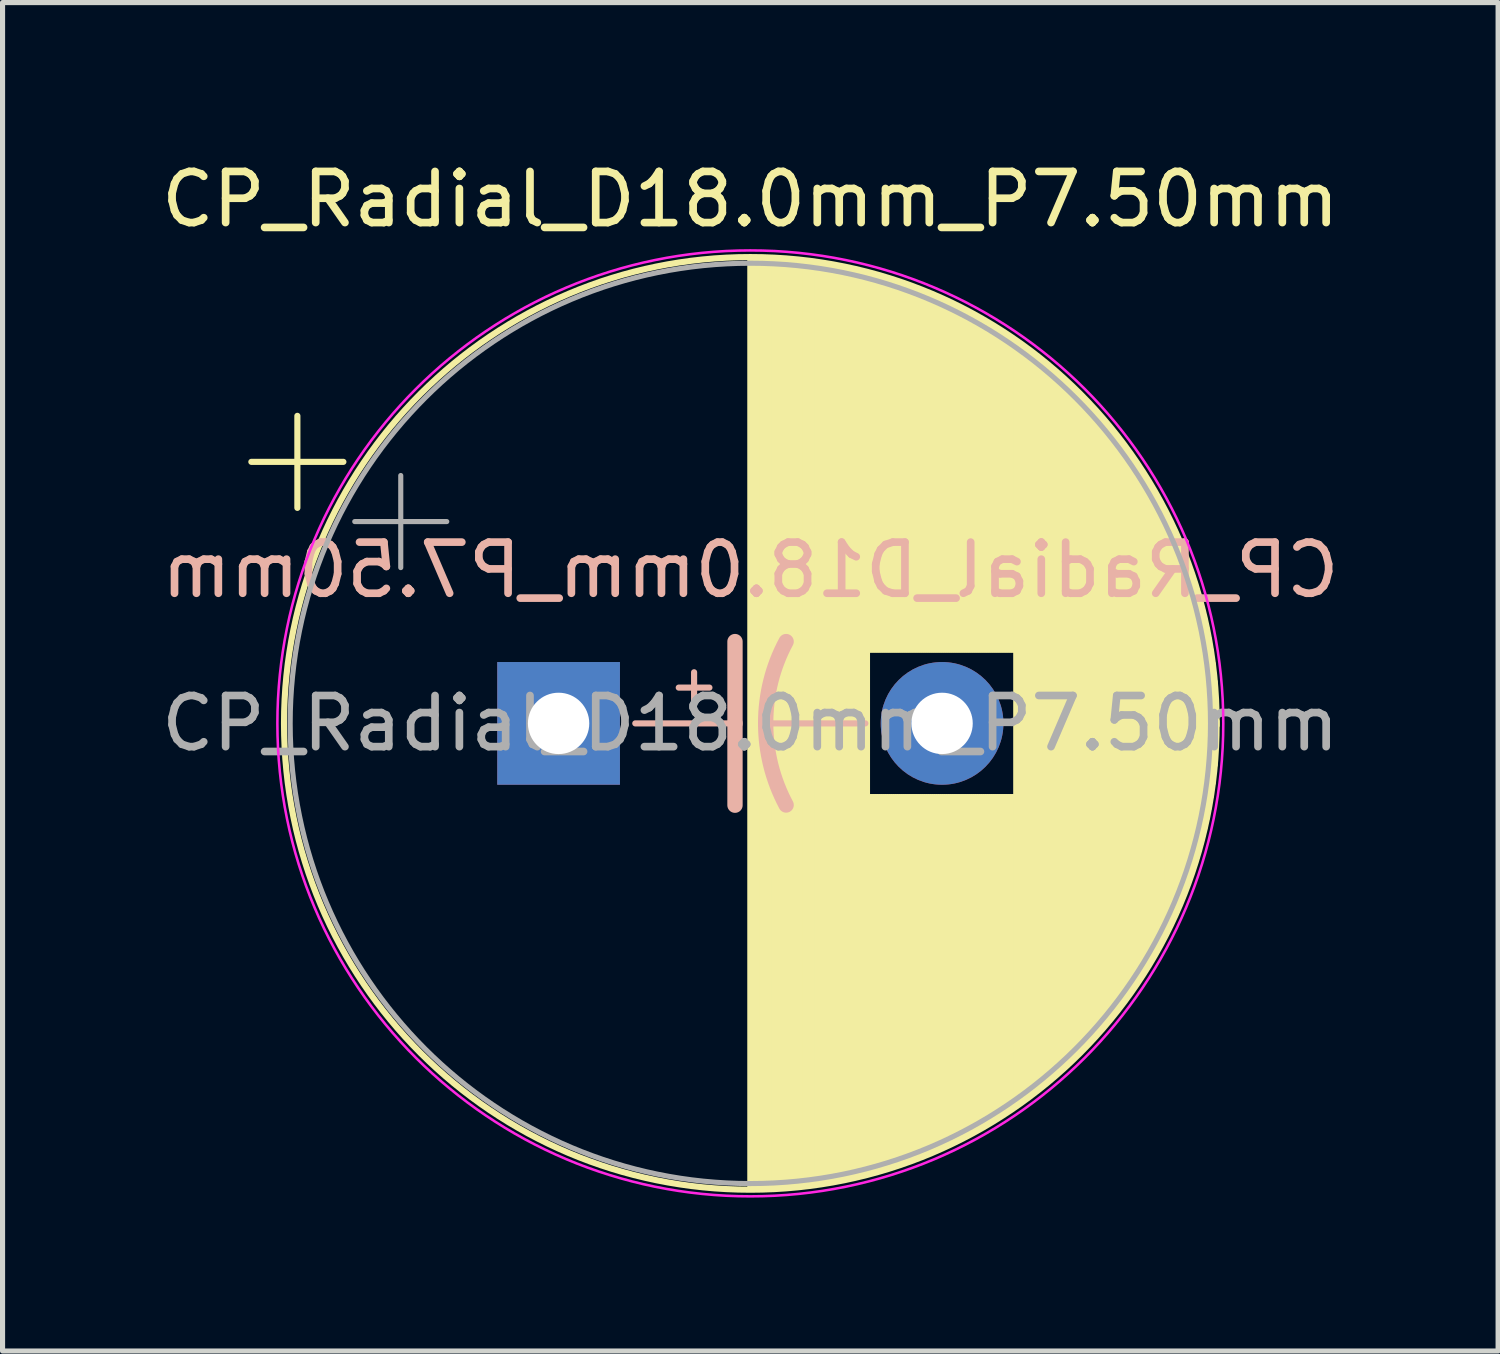
<source format=kicad_pcb>
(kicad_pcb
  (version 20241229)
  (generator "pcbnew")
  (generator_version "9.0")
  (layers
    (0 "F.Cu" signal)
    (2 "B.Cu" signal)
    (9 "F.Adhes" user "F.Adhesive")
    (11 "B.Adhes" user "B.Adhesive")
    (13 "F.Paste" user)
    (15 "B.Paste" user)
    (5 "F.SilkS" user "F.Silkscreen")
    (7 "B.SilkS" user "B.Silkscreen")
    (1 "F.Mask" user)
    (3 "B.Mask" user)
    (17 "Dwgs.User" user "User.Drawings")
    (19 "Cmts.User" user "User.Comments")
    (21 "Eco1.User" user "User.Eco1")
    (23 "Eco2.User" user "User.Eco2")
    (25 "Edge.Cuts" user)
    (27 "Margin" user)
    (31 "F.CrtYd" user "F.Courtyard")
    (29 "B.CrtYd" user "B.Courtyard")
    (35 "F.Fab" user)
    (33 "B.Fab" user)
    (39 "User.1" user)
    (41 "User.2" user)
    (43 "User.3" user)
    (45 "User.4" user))
  (footprint "CP_Radial_D18.0mm_P7.50mm"
    (layer "F.Cu")
    (at 7.875 11.098)
    (property "Reference" "CP_Radial_D18.0mm_P7.50mm" (at 3.75 -10.25 0) (layer "F.SilkS") (effects (font (size 1 1) (thickness 0.15))))
    (fp_line (start -6.009 -5.115) (end -4.209 -5.115) (stroke (width 0.12) (type solid)) (layer "F.SilkS"))
    (fp_line (start -5.109 -6.015) (end -5.109 -4.215) (stroke (width 0.12) (type solid)) (layer "F.SilkS"))
    (fp_line (start 3.75 -9.081) (end 3.75 9.081) (stroke (width 0.12) (type solid)) (layer "F.SilkS"))
    (fp_line (start 3.79 -9.08) (end 3.79 9.08) (stroke (width 0.12) (type solid)) (layer "F.SilkS"))
    (fp_line (start 3.83 -9.08) (end 3.83 9.08) (stroke (width 0.12) (type solid)) (layer "F.SilkS"))
    (fp_line (start 3.87 -9.08) (end 3.87 9.08) (stroke (width 0.12) (type solid)) (layer "F.SilkS"))
    (fp_line (start 3.91 -9.079) (end 3.91 9.079) (stroke (width 0.12) (type solid)) (layer "F.SilkS"))
    (fp_line (start 3.95 -9.078) (end 3.95 9.078) (stroke (width 0.12) (type solid)) (layer "F.SilkS"))
    (fp_line (start 3.99 -9.077) (end 3.99 9.077) (stroke (width 0.12) (type solid)) (layer "F.SilkS"))
    (fp_line (start 4.03 -9.076) (end 4.03 9.076) (stroke (width 0.12) (type solid)) (layer "F.SilkS"))
    (fp_line (start 4.07 -9.075) (end 4.07 9.075) (stroke (width 0.12) (type solid)) (layer "F.SilkS"))
    (fp_line (start 4.11 -9.073) (end 4.11 9.073) (stroke (width 0.12) (type solid)) (layer "F.SilkS"))
    (fp_line (start 4.15 -9.072) (end 4.15 9.072) (stroke (width 0.12) (type solid)) (layer "F.SilkS"))
    (fp_line (start 4.19 -9.07) (end 4.19 9.07) (stroke (width 0.12) (type solid)) (layer "F.SilkS"))
    (fp_line (start 4.23 -9.068) (end 4.23 9.068) (stroke (width 0.12) (type solid)) (layer "F.SilkS"))
    (fp_line (start 4.27 -9.066) (end 4.27 9.066) (stroke (width 0.12) (type solid)) (layer "F.SilkS"))
    (fp_line (start 4.31 -9.063) (end 4.31 9.063) (stroke (width 0.12) (type solid)) (layer "F.SilkS"))
    (fp_line (start 4.35 -9.061) (end 4.35 9.061) (stroke (width 0.12) (type solid)) (layer "F.SilkS"))
    (fp_line (start 4.39 -9.058) (end 4.39 9.058) (stroke (width 0.12) (type solid)) (layer "F.SilkS"))
    (fp_line (start 4.43 -9.055) (end 4.43 9.055) (stroke (width 0.12) (type solid)) (layer "F.SilkS"))
    (fp_line (start 4.471 -9.052) (end 4.471 9.052) (stroke (width 0.12) (type solid)) (layer "F.SilkS"))
    (fp_line (start 4.511 -9.049) (end 4.511 9.049) (stroke (width 0.12) (type solid)) (layer "F.SilkS"))
    (fp_line (start 4.551 -9.045) (end 4.551 9.045) (stroke (width 0.12) (type solid)) (layer "F.SilkS"))
    (fp_line (start 4.591 -9.042) (end 4.591 9.042) (stroke (width 0.12) (type solid)) (layer "F.SilkS"))
    (fp_line (start 4.631 -9.038) (end 4.631 9.038) (stroke (width 0.12) (type solid)) (layer "F.SilkS"))
    (fp_line (start 4.671 -9.034) (end 4.671 9.034) (stroke (width 0.12) (type solid)) (layer "F.SilkS"))
    (fp_line (start 4.711 -9.03) (end 4.711 9.03) (stroke (width 0.12) (type solid)) (layer "F.SilkS"))
    (fp_line (start 4.751 -9.026) (end 4.751 9.026) (stroke (width 0.12) (type solid)) (layer "F.SilkS"))
    (fp_line (start 4.791 -9.021) (end 4.791 9.021) (stroke (width 0.12) (type solid)) (layer "F.SilkS"))
    (fp_line (start 4.831 -9.016) (end 4.831 9.016) (stroke (width 0.12) (type solid)) (layer "F.SilkS"))
    (fp_line (start 4.871 -9.011) (end 4.871 9.011) (stroke (width 0.12) (type solid)) (layer "F.SilkS"))
    (fp_line (start 4.911 -9.006) (end 4.911 9.006) (stroke (width 0.12) (type solid)) (layer "F.SilkS"))
    (fp_line (start 4.951 -9.001) (end 4.951 9.001) (stroke (width 0.12) (type solid)) (layer "F.SilkS"))
    (fp_line (start 4.991 -8.996) (end 4.991 8.996) (stroke (width 0.12) (type solid)) (layer "F.SilkS"))
    (fp_line (start 5.031 -8.99) (end 5.031 8.99) (stroke (width 0.12) (type solid)) (layer "F.SilkS"))
    (fp_line (start 5.071 -8.984) (end 5.071 8.984) (stroke (width 0.12) (type solid)) (layer "F.SilkS"))
    (fp_line (start 5.111 -8.979) (end 5.111 8.979) (stroke (width 0.12) (type solid)) (layer "F.SilkS"))
    (fp_line (start 5.151 -8.972) (end 5.151 8.972) (stroke (width 0.12) (type solid)) (layer "F.SilkS"))
    (fp_line (start 5.191 -8.966) (end 5.191 8.966) (stroke (width 0.12) (type solid)) (layer "F.SilkS"))
    (fp_line (start 5.231 -8.96) (end 5.231 8.96) (stroke (width 0.12) (type solid)) (layer "F.SilkS"))
    (fp_line (start 5.271 -8.953) (end 5.271 8.953) (stroke (width 0.12) (type solid)) (layer "F.SilkS"))
    (fp_line (start 5.311 -8.946) (end 5.311 8.946) (stroke (width 0.12) (type solid)) (layer "F.SilkS"))
    (fp_line (start 5.351 -8.939) (end 5.351 8.939) (stroke (width 0.12) (type solid)) (layer "F.SilkS"))
    (fp_line (start 5.391 -8.932) (end 5.391 8.932) (stroke (width 0.12) (type solid)) (layer "F.SilkS"))
    (fp_line (start 5.431 -8.924) (end 5.431 8.924) (stroke (width 0.12) (type solid)) (layer "F.SilkS"))
    (fp_line (start 5.471 -8.917) (end 5.471 8.917) (stroke (width 0.12) (type solid)) (layer "F.SilkS"))
    (fp_line (start 5.511 -8.909) (end 5.511 8.909) (stroke (width 0.12) (type solid)) (layer "F.SilkS"))
    (fp_line (start 5.551 -8.901) (end 5.551 8.901) (stroke (width 0.12) (type solid)) (layer "F.SilkS"))
    (fp_line (start 5.591 -8.893) (end 5.591 8.893) (stroke (width 0.12) (type solid)) (layer "F.SilkS"))
    (fp_line (start 5.631 -8.885) (end 5.631 8.885) (stroke (width 0.12) (type solid)) (layer "F.SilkS"))
    (fp_line (start 5.671 -8.876) (end 5.671 8.876) (stroke (width 0.12) (type solid)) (layer "F.SilkS"))
    (fp_line (start 5.711 -8.867) (end 5.711 8.867) (stroke (width 0.12) (type solid)) (layer "F.SilkS"))
    (fp_line (start 5.751 -8.858) (end 5.751 8.858) (stroke (width 0.12) (type solid)) (layer "F.SilkS"))
    (fp_line (start 5.791 -8.849) (end 5.791 8.849) (stroke (width 0.12) (type solid)) (layer "F.SilkS"))
    (fp_line (start 5.831 -8.84) (end 5.831 8.84) (stroke (width 0.12) (type solid)) (layer "F.SilkS"))
    (fp_line (start 5.871 -8.831) (end 5.871 8.831) (stroke (width 0.12) (type solid)) (layer "F.SilkS"))
    (fp_line (start 5.911 -8.821) (end 5.911 8.821) (stroke (width 0.12) (type solid)) (layer "F.SilkS"))
    (fp_line (start 5.951 -8.811) (end 5.951 8.811) (stroke (width 0.12) (type solid)) (layer "F.SilkS"))
    (fp_line (start 5.991 -8.801) (end 5.991 8.801) (stroke (width 0.12) (type solid)) (layer "F.SilkS"))
    (fp_line (start 6.031 -8.791) (end 6.031 8.791) (stroke (width 0.12) (type solid)) (layer "F.SilkS"))
    (fp_line (start 6.071 -8.78) (end 6.071 -1.44) (stroke (width 0.12) (type solid)) (layer "F.SilkS"))
    (fp_line (start 6.071 1.44) (end 6.071 8.78) (stroke (width 0.12) (type solid)) (layer "F.SilkS"))
    (fp_line (start 6.111 -8.77) (end 6.111 -1.44) (stroke (width 0.12) (type solid)) (layer "F.SilkS"))
    (fp_line (start 6.111 1.44) (end 6.111 8.77) (stroke (width 0.12) (type solid)) (layer "F.SilkS"))
    (fp_line (start 6.151 -8.759) (end 6.151 -1.44) (stroke (width 0.12) (type solid)) (layer "F.SilkS"))
    (fp_line (start 6.151 1.44) (end 6.151 8.759) (stroke (width 0.12) (type solid)) (layer "F.SilkS"))
    (fp_line (start 6.191 -8.748) (end 6.191 -1.44) (stroke (width 0.12) (type solid)) (layer "F.SilkS"))
    (fp_line (start 6.191 1.44) (end 6.191 8.748) (stroke (width 0.12) (type solid)) (layer "F.SilkS"))
    (fp_line (start 6.231 -8.737) (end 6.231 -1.44) (stroke (width 0.12) (type solid)) (layer "F.SilkS"))
    (fp_line (start 6.231 1.44) (end 6.231 8.737) (stroke (width 0.12) (type solid)) (layer "F.SilkS"))
    (fp_line (start 6.271 -8.725) (end 6.271 -1.44) (stroke (width 0.12) (type solid)) (layer "F.SilkS"))
    (fp_line (start 6.271 1.44) (end 6.271 8.725) (stroke (width 0.12) (type solid)) (layer "F.SilkS"))
    (fp_line (start 6.311 -8.714) (end 6.311 -1.44) (stroke (width 0.12) (type solid)) (layer "F.SilkS"))
    (fp_line (start 6.311 1.44) (end 6.311 8.714) (stroke (width 0.12) (type solid)) (layer "F.SilkS"))
    (fp_line (start 6.351 -8.702) (end 6.351 -1.44) (stroke (width 0.12) (type solid)) (layer "F.SilkS"))
    (fp_line (start 6.351 1.44) (end 6.351 8.702) (stroke (width 0.12) (type solid)) (layer "F.SilkS"))
    (fp_line (start 6.391 -8.69) (end 6.391 -1.44) (stroke (width 0.12) (type solid)) (layer "F.SilkS"))
    (fp_line (start 6.391 1.44) (end 6.391 8.69) (stroke (width 0.12) (type solid)) (layer "F.SilkS"))
    (fp_line (start 6.431 -8.678) (end 6.431 -1.44) (stroke (width 0.12) (type solid)) (layer "F.SilkS"))
    (fp_line (start 6.431 1.44) (end 6.431 8.678) (stroke (width 0.12) (type solid)) (layer "F.SilkS"))
    (fp_line (start 6.471 -8.665) (end 6.471 -1.44) (stroke (width 0.12) (type solid)) (layer "F.SilkS"))
    (fp_line (start 6.471 1.44) (end 6.471 8.665) (stroke (width 0.12) (type solid)) (layer "F.SilkS"))
    (fp_line (start 6.511 -8.653) (end 6.511 -1.44) (stroke (width 0.12) (type solid)) (layer "F.SilkS"))
    (fp_line (start 6.511 1.44) (end 6.511 8.653) (stroke (width 0.12) (type solid)) (layer "F.SilkS"))
    (fp_line (start 6.551 -8.64) (end 6.551 -1.44) (stroke (width 0.12) (type solid)) (layer "F.SilkS"))
    (fp_line (start 6.551 1.44) (end 6.551 8.64) (stroke (width 0.12) (type solid)) (layer "F.SilkS"))
    (fp_line (start 6.591 -8.627) (end 6.591 -1.44) (stroke (width 0.12) (type solid)) (layer "F.SilkS"))
    (fp_line (start 6.591 1.44) (end 6.591 8.627) (stroke (width 0.12) (type solid)) (layer "F.SilkS"))
    (fp_line (start 6.631 -8.614) (end 6.631 -1.44) (stroke (width 0.12) (type solid)) (layer "F.SilkS"))
    (fp_line (start 6.631 1.44) (end 6.631 8.614) (stroke (width 0.12) (type solid)) (layer "F.SilkS"))
    (fp_line (start 6.671 -8.6) (end 6.671 -1.44) (stroke (width 0.12) (type solid)) (layer "F.SilkS"))
    (fp_line (start 6.671 1.44) (end 6.671 8.6) (stroke (width 0.12) (type solid)) (layer "F.SilkS"))
    (fp_line (start 6.711 -8.587) (end 6.711 -1.44) (stroke (width 0.12) (type solid)) (layer "F.SilkS"))
    (fp_line (start 6.711 1.44) (end 6.711 8.587) (stroke (width 0.12) (type solid)) (layer "F.SilkS"))
    (fp_line (start 6.751 -8.573) (end 6.751 -1.44) (stroke (width 0.12) (type solid)) (layer "F.SilkS"))
    (fp_line (start 6.751 1.44) (end 6.751 8.573) (stroke (width 0.12) (type solid)) (layer "F.SilkS"))
    (fp_line (start 6.791 -8.559) (end 6.791 -1.44) (stroke (width 0.12) (type solid)) (layer "F.SilkS"))
    (fp_line (start 6.791 1.44) (end 6.791 8.559) (stroke (width 0.12) (type solid)) (layer "F.SilkS"))
    (fp_line (start 6.831 -8.545) (end 6.831 -1.44) (stroke (width 0.12) (type solid)) (layer "F.SilkS"))
    (fp_line (start 6.831 1.44) (end 6.831 8.545) (stroke (width 0.12) (type solid)) (layer "F.SilkS"))
    (fp_line (start 6.871 -8.53) (end 6.871 -1.44) (stroke (width 0.12) (type solid)) (layer "F.SilkS"))
    (fp_line (start 6.871 1.44) (end 6.871 8.53) (stroke (width 0.12) (type solid)) (layer "F.SilkS"))
    (fp_line (start 6.911 -8.516) (end 6.911 -1.44) (stroke (width 0.12) (type solid)) (layer "F.SilkS"))
    (fp_line (start 6.911 1.44) (end 6.911 8.516) (stroke (width 0.12) (type solid)) (layer "F.SilkS"))
    (fp_line (start 6.951 -8.501) (end 6.951 -1.44) (stroke (width 0.12) (type solid)) (layer "F.SilkS"))
    (fp_line (start 6.951 1.44) (end 6.951 8.501) (stroke (width 0.12) (type solid)) (layer "F.SilkS"))
    (fp_line (start 6.991 -8.486) (end 6.991 -1.44) (stroke (width 0.12) (type solid)) (layer "F.SilkS"))
    (fp_line (start 6.991 1.44) (end 6.991 8.486) (stroke (width 0.12) (type solid)) (layer "F.SilkS"))
    (fp_line (start 7.031 -8.47) (end 7.031 -1.44) (stroke (width 0.12) (type solid)) (layer "F.SilkS"))
    (fp_line (start 7.031 1.44) (end 7.031 8.47) (stroke (width 0.12) (type solid)) (layer "F.SilkS"))
    (fp_line (start 7.071 -8.455) (end 7.071 -1.44) (stroke (width 0.12) (type solid)) (layer "F.SilkS"))
    (fp_line (start 7.071 1.44) (end 7.071 8.455) (stroke (width 0.12) (type solid)) (layer "F.SilkS"))
    (fp_line (start 7.111 -8.439) (end 7.111 -1.44) (stroke (width 0.12) (type solid)) (layer "F.SilkS"))
    (fp_line (start 7.111 1.44) (end 7.111 8.439) (stroke (width 0.12) (type solid)) (layer "F.SilkS"))
    (fp_line (start 7.151 -8.423) (end 7.151 -1.44) (stroke (width 0.12) (type solid)) (layer "F.SilkS"))
    (fp_line (start 7.151 1.44) (end 7.151 8.423) (stroke (width 0.12) (type solid)) (layer "F.SilkS"))
    (fp_line (start 7.191 -8.407) (end 7.191 -1.44) (stroke (width 0.12) (type solid)) (layer "F.SilkS"))
    (fp_line (start 7.191 1.44) (end 7.191 8.407) (stroke (width 0.12) (type solid)) (layer "F.SilkS"))
    (fp_line (start 7.231 -8.39) (end 7.231 -1.44) (stroke (width 0.12) (type solid)) (layer "F.SilkS"))
    (fp_line (start 7.231 1.44) (end 7.231 8.39) (stroke (width 0.12) (type solid)) (layer "F.SilkS"))
    (fp_line (start 7.271 -8.374) (end 7.271 -1.44) (stroke (width 0.12) (type solid)) (layer "F.SilkS"))
    (fp_line (start 7.271 1.44) (end 7.271 8.374) (stroke (width 0.12) (type solid)) (layer "F.SilkS"))
    (fp_line (start 7.311 -8.357) (end 7.311 -1.44) (stroke (width 0.12) (type solid)) (layer "F.SilkS"))
    (fp_line (start 7.311 1.44) (end 7.311 8.357) (stroke (width 0.12) (type solid)) (layer "F.SilkS"))
    (fp_line (start 7.351 -8.34) (end 7.351 -1.44) (stroke (width 0.12) (type solid)) (layer "F.SilkS"))
    (fp_line (start 7.351 1.44) (end 7.351 8.34) (stroke (width 0.12) (type solid)) (layer "F.SilkS"))
    (fp_line (start 7.391 -8.323) (end 7.391 -1.44) (stroke (width 0.12) (type solid)) (layer "F.SilkS"))
    (fp_line (start 7.391 1.44) (end 7.391 8.323) (stroke (width 0.12) (type solid)) (layer "F.SilkS"))
    (fp_line (start 7.431 -8.305) (end 7.431 -1.44) (stroke (width 0.12) (type solid)) (layer "F.SilkS"))
    (fp_line (start 7.431 1.44) (end 7.431 8.305) (stroke (width 0.12) (type solid)) (layer "F.SilkS"))
    (fp_line (start 7.471 -8.287) (end 7.471 -1.44) (stroke (width 0.12) (type solid)) (layer "F.SilkS"))
    (fp_line (start 7.471 1.44) (end 7.471 8.287) (stroke (width 0.12) (type solid)) (layer "F.SilkS"))
    (fp_line (start 7.511 -8.269) (end 7.511 -1.44) (stroke (width 0.12) (type solid)) (layer "F.SilkS"))
    (fp_line (start 7.511 1.44) (end 7.511 8.269) (stroke (width 0.12) (type solid)) (layer "F.SilkS"))
    (fp_line (start 7.551 -8.251) (end 7.551 -1.44) (stroke (width 0.12) (type solid)) (layer "F.SilkS"))
    (fp_line (start 7.551 1.44) (end 7.551 8.251) (stroke (width 0.12) (type solid)) (layer "F.SilkS"))
    (fp_line (start 7.591 -8.233) (end 7.591 -1.44) (stroke (width 0.12) (type solid)) (layer "F.SilkS"))
    (fp_line (start 7.591 1.44) (end 7.591 8.233) (stroke (width 0.12) (type solid)) (layer "F.SilkS"))
    (fp_line (start 7.631 -8.214) (end 7.631 -1.44) (stroke (width 0.12) (type solid)) (layer "F.SilkS"))
    (fp_line (start 7.631 1.44) (end 7.631 8.214) (stroke (width 0.12) (type solid)) (layer "F.SilkS"))
    (fp_line (start 7.671 -8.195) (end 7.671 -1.44) (stroke (width 0.12) (type solid)) (layer "F.SilkS"))
    (fp_line (start 7.671 1.44) (end 7.671 8.195) (stroke (width 0.12) (type solid)) (layer "F.SilkS"))
    (fp_line (start 7.711 -8.176) (end 7.711 -1.44) (stroke (width 0.12) (type solid)) (layer "F.SilkS"))
    (fp_line (start 7.711 1.44) (end 7.711 8.176) (stroke (width 0.12) (type solid)) (layer "F.SilkS"))
    (fp_line (start 7.751 -8.156) (end 7.751 -1.44) (stroke (width 0.12) (type solid)) (layer "F.SilkS"))
    (fp_line (start 7.751 1.44) (end 7.751 8.156) (stroke (width 0.12) (type solid)) (layer "F.SilkS"))
    (fp_line (start 7.791 -8.137) (end 7.791 -1.44) (stroke (width 0.12) (type solid)) (layer "F.SilkS"))
    (fp_line (start 7.791 1.44) (end 7.791 8.137) (stroke (width 0.12) (type solid)) (layer "F.SilkS"))
    (fp_line (start 7.831 -8.117) (end 7.831 -1.44) (stroke (width 0.12) (type solid)) (layer "F.SilkS"))
    (fp_line (start 7.831 1.44) (end 7.831 8.117) (stroke (width 0.12) (type solid)) (layer "F.SilkS"))
    (fp_line (start 7.871 -8.097) (end 7.871 -1.44) (stroke (width 0.12) (type solid)) (layer "F.SilkS"))
    (fp_line (start 7.871 1.44) (end 7.871 8.097) (stroke (width 0.12) (type solid)) (layer "F.SilkS"))
    (fp_line (start 7.911 -8.076) (end 7.911 -1.44) (stroke (width 0.12) (type solid)) (layer "F.SilkS"))
    (fp_line (start 7.911 1.44) (end 7.911 8.076) (stroke (width 0.12) (type solid)) (layer "F.SilkS"))
    (fp_line (start 7.951 -8.056) (end 7.951 -1.44) (stroke (width 0.12) (type solid)) (layer "F.SilkS"))
    (fp_line (start 7.951 1.44) (end 7.951 8.056) (stroke (width 0.12) (type solid)) (layer "F.SilkS"))
    (fp_line (start 7.991 -8.035) (end 7.991 -1.44) (stroke (width 0.12) (type solid)) (layer "F.SilkS"))
    (fp_line (start 7.991 1.44) (end 7.991 8.035) (stroke (width 0.12) (type solid)) (layer "F.SilkS"))
    (fp_line (start 8.031 -8.014) (end 8.031 -1.44) (stroke (width 0.12) (type solid)) (layer "F.SilkS"))
    (fp_line (start 8.031 1.44) (end 8.031 8.014) (stroke (width 0.12) (type solid)) (layer "F.SilkS"))
    (fp_line (start 8.071 -7.992) (end 8.071 -1.44) (stroke (width 0.12) (type solid)) (layer "F.SilkS"))
    (fp_line (start 8.071 1.44) (end 8.071 7.992) (stroke (width 0.12) (type solid)) (layer "F.SilkS"))
    (fp_line (start 8.111 -7.971) (end 8.111 -1.44) (stroke (width 0.12) (type solid)) (layer "F.SilkS"))
    (fp_line (start 8.111 1.44) (end 8.111 7.971) (stroke (width 0.12) (type solid)) (layer "F.SilkS"))
    (fp_line (start 8.151 -7.949) (end 8.151 -1.44) (stroke (width 0.12) (type solid)) (layer "F.SilkS"))
    (fp_line (start 8.151 1.44) (end 8.151 7.949) (stroke (width 0.12) (type solid)) (layer "F.SilkS"))
    (fp_line (start 8.191 -7.927) (end 8.191 -1.44) (stroke (width 0.12) (type solid)) (layer "F.SilkS"))
    (fp_line (start 8.191 1.44) (end 8.191 7.927) (stroke (width 0.12) (type solid)) (layer "F.SilkS"))
    (fp_line (start 8.231 -7.904) (end 8.231 -1.44) (stroke (width 0.12) (type solid)) (layer "F.SilkS"))
    (fp_line (start 8.231 1.44) (end 8.231 7.904) (stroke (width 0.12) (type solid)) (layer "F.SilkS"))
    (fp_line (start 8.271 -7.882) (end 8.271 -1.44) (stroke (width 0.12) (type solid)) (layer "F.SilkS"))
    (fp_line (start 8.271 1.44) (end 8.271 7.882) (stroke (width 0.12) (type solid)) (layer "F.SilkS"))
    (fp_line (start 8.311 -7.859) (end 8.311 -1.44) (stroke (width 0.12) (type solid)) (layer "F.SilkS"))
    (fp_line (start 8.311 1.44) (end 8.311 7.859) (stroke (width 0.12) (type solid)) (layer "F.SilkS"))
    (fp_line (start 8.351 -7.835) (end 8.351 -1.44) (stroke (width 0.12) (type solid)) (layer "F.SilkS"))
    (fp_line (start 8.351 1.44) (end 8.351 7.835) (stroke (width 0.12) (type solid)) (layer "F.SilkS"))
    (fp_line (start 8.391 -7.812) (end 8.391 -1.44) (stroke (width 0.12) (type solid)) (layer "F.SilkS"))
    (fp_line (start 8.391 1.44) (end 8.391 7.812) (stroke (width 0.12) (type solid)) (layer "F.SilkS"))
    (fp_line (start 8.431 -7.788) (end 8.431 -1.44) (stroke (width 0.12) (type solid)) (layer "F.SilkS"))
    (fp_line (start 8.431 1.44) (end 8.431 7.788) (stroke (width 0.12) (type solid)) (layer "F.SilkS"))
    (fp_line (start 8.471 -7.764) (end 8.471 -1.44) (stroke (width 0.12) (type solid)) (layer "F.SilkS"))
    (fp_line (start 8.471 1.44) (end 8.471 7.764) (stroke (width 0.12) (type solid)) (layer "F.SilkS"))
    (fp_line (start 8.511 -7.74) (end 8.511 -1.44) (stroke (width 0.12) (type solid)) (layer "F.SilkS"))
    (fp_line (start 8.511 1.44) (end 8.511 7.74) (stroke (width 0.12) (type solid)) (layer "F.SilkS"))
    (fp_line (start 8.551 -7.715) (end 8.551 -1.44) (stroke (width 0.12) (type solid)) (layer "F.SilkS"))
    (fp_line (start 8.551 1.44) (end 8.551 7.715) (stroke (width 0.12) (type solid)) (layer "F.SilkS"))
    (fp_line (start 8.591 -7.69) (end 8.591 -1.44) (stroke (width 0.12) (type solid)) (layer "F.SilkS"))
    (fp_line (start 8.591 1.44) (end 8.591 7.69) (stroke (width 0.12) (type solid)) (layer "F.SilkS"))
    (fp_line (start 8.631 -7.665) (end 8.631 -1.44) (stroke (width 0.12) (type solid)) (layer "F.SilkS"))
    (fp_line (start 8.631 1.44) (end 8.631 7.665) (stroke (width 0.12) (type solid)) (layer "F.SilkS"))
    (fp_line (start 8.671 -7.64) (end 8.671 -1.44) (stroke (width 0.12) (type solid)) (layer "F.SilkS"))
    (fp_line (start 8.671 1.44) (end 8.671 7.64) (stroke (width 0.12) (type solid)) (layer "F.SilkS"))
    (fp_line (start 8.711 -7.614) (end 8.711 -1.44) (stroke (width 0.12) (type solid)) (layer "F.SilkS"))
    (fp_line (start 8.711 1.44) (end 8.711 7.614) (stroke (width 0.12) (type solid)) (layer "F.SilkS"))
    (fp_line (start 8.751 -7.588) (end 8.751 -1.44) (stroke (width 0.12) (type solid)) (layer "F.SilkS"))
    (fp_line (start 8.751 1.44) (end 8.751 7.588) (stroke (width 0.12) (type solid)) (layer "F.SilkS"))
    (fp_line (start 8.791 -7.561) (end 8.791 -1.44) (stroke (width 0.12) (type solid)) (layer "F.SilkS"))
    (fp_line (start 8.791 1.44) (end 8.791 7.561) (stroke (width 0.12) (type solid)) (layer "F.SilkS"))
    (fp_line (start 8.831 -7.535) (end 8.831 -1.44) (stroke (width 0.12) (type solid)) (layer "F.SilkS"))
    (fp_line (start 8.831 1.44) (end 8.831 7.535) (stroke (width 0.12) (type solid)) (layer "F.SilkS"))
    (fp_line (start 8.871 -7.508) (end 8.871 -1.44) (stroke (width 0.12) (type solid)) (layer "F.SilkS"))
    (fp_line (start 8.871 1.44) (end 8.871 7.508) (stroke (width 0.12) (type solid)) (layer "F.SilkS"))
    (fp_line (start 8.911 -7.48) (end 8.911 -1.44) (stroke (width 0.12) (type solid)) (layer "F.SilkS"))
    (fp_line (start 8.911 1.44) (end 8.911 7.48) (stroke (width 0.12) (type solid)) (layer "F.SilkS"))
    (fp_line (start 8.951 -7.453) (end 8.951 7.453) (stroke (width 0.12) (type solid)) (layer "F.SilkS"))
    (fp_line (start 8.991 -7.425) (end 8.991 7.425) (stroke (width 0.12) (type solid)) (layer "F.SilkS"))
    (fp_line (start 9.031 -7.397) (end 9.031 7.397) (stroke (width 0.12) (type solid)) (layer "F.SilkS"))
    (fp_line (start 9.071 -7.368) (end 9.071 7.368) (stroke (width 0.12) (type solid)) (layer "F.SilkS"))
    (fp_line (start 9.111 -7.339) (end 9.111 7.339) (stroke (width 0.12) (type solid)) (layer "F.SilkS"))
    (fp_line (start 9.151 -7.31) (end 9.151 7.31) (stroke (width 0.12) (type solid)) (layer "F.SilkS"))
    (fp_line (start 9.191 -7.28) (end 9.191 7.28) (stroke (width 0.12) (type solid)) (layer "F.SilkS"))
    (fp_line (start 9.231 -7.25) (end 9.231 7.25) (stroke (width 0.12) (type solid)) (layer "F.SilkS"))
    (fp_line (start 9.271 -7.22) (end 9.271 7.22) (stroke (width 0.12) (type solid)) (layer "F.SilkS"))
    (fp_line (start 9.311 -7.19) (end 9.311 7.19) (stroke (width 0.12) (type solid)) (layer "F.SilkS"))
    (fp_line (start 9.351 -7.159) (end 9.351 7.159) (stroke (width 0.12) (type solid)) (layer "F.SilkS"))
    (fp_line (start 9.391 -7.127) (end 9.391 7.127) (stroke (width 0.12) (type solid)) (layer "F.SilkS"))
    (fp_line (start 9.431 -7.096) (end 9.431 7.096) (stroke (width 0.12) (type solid)) (layer "F.SilkS"))
    (fp_line (start 9.471 -7.064) (end 9.471 7.064) (stroke (width 0.12) (type solid)) (layer "F.SilkS"))
    (fp_line (start 9.511 -7.031) (end 9.511 7.031) (stroke (width 0.12) (type solid)) (layer "F.SilkS"))
    (fp_line (start 9.551 -6.999) (end 9.551 6.999) (stroke (width 0.12) (type solid)) (layer "F.SilkS"))
    (fp_line (start 9.591 -6.965) (end 9.591 6.965) (stroke (width 0.12) (type solid)) (layer "F.SilkS"))
    (fp_line (start 9.631 -6.932) (end 9.631 6.932) (stroke (width 0.12) (type solid)) (layer "F.SilkS"))
    (fp_line (start 9.671 -6.898) (end 9.671 6.898) (stroke (width 0.12) (type solid)) (layer "F.SilkS"))
    (fp_line (start 9.711 -6.864) (end 9.711 6.864) (stroke (width 0.12) (type solid)) (layer "F.SilkS"))
    (fp_line (start 9.751 -6.829) (end 9.751 6.829) (stroke (width 0.12) (type solid)) (layer "F.SilkS"))
    (fp_line (start 9.791 -6.794) (end 9.791 6.794) (stroke (width 0.12) (type solid)) (layer "F.SilkS"))
    (fp_line (start 9.831 -6.758) (end 9.831 6.758) (stroke (width 0.12) (type solid)) (layer "F.SilkS"))
    (fp_line (start 9.871 -6.722) (end 9.871 6.722) (stroke (width 0.12) (type solid)) (layer "F.SilkS"))
    (fp_line (start 9.911 -6.686) (end 9.911 6.686) (stroke (width 0.12) (type solid)) (layer "F.SilkS"))
    (fp_line (start 9.951 -6.649) (end 9.951 6.649) (stroke (width 0.12) (type solid)) (layer "F.SilkS"))
    (fp_line (start 9.991 -6.612) (end 9.991 6.612) (stroke (width 0.12) (type solid)) (layer "F.SilkS"))
    (fp_line (start 10.031 -6.574) (end 10.031 6.574) (stroke (width 0.12) (type solid)) (layer "F.SilkS"))
    (fp_line (start 10.071 -6.536) (end 10.071 6.536) (stroke (width 0.12) (type solid)) (layer "F.SilkS"))
    (fp_line (start 10.111 -6.497) (end 10.111 6.497) (stroke (width 0.12) (type solid)) (layer "F.SilkS"))
    (fp_line (start 10.151 -6.458) (end 10.151 6.458) (stroke (width 0.12) (type solid)) (layer "F.SilkS"))
    (fp_line (start 10.191 -6.418) (end 10.191 6.418) (stroke (width 0.12) (type solid)) (layer "F.SilkS"))
    (fp_line (start 10.231 -6.378) (end 10.231 6.378) (stroke (width 0.12) (type solid)) (layer "F.SilkS"))
    (fp_line (start 10.271 -6.337) (end 10.271 6.337) (stroke (width 0.12) (type solid)) (layer "F.SilkS"))
    (fp_line (start 10.311 -6.296) (end 10.311 6.296) (stroke (width 0.12) (type solid)) (layer "F.SilkS"))
    (fp_line (start 10.351 -6.254) (end 10.351 6.254) (stroke (width 0.12) (type solid)) (layer "F.SilkS"))
    (fp_line (start 10.391 -6.212) (end 10.391 6.212) (stroke (width 0.12) (type solid)) (layer "F.SilkS"))
    (fp_line (start 10.431 -6.17) (end 10.431 6.17) (stroke (width 0.12) (type solid)) (layer "F.SilkS"))
    (fp_line (start 10.471 -6.126) (end 10.471 6.126) (stroke (width 0.12) (type solid)) (layer "F.SilkS"))
    (fp_line (start 10.511 -6.082) (end 10.511 6.082) (stroke (width 0.12) (type solid)) (layer "F.SilkS"))
    (fp_line (start 10.551 -6.038) (end 10.551 6.038) (stroke (width 0.12) (type solid)) (layer "F.SilkS"))
    (fp_line (start 10.591 -5.993) (end 10.591 5.993) (stroke (width 0.12) (type solid)) (layer "F.SilkS"))
    (fp_line (start 10.631 -5.947) (end 10.631 5.947) (stroke (width 0.12) (type solid)) (layer "F.SilkS"))
    (fp_line (start 10.671 -5.901) (end 10.671 5.901) (stroke (width 0.12) (type solid)) (layer "F.SilkS"))
    (fp_line (start 10.711 -5.854) (end 10.711 5.854) (stroke (width 0.12) (type solid)) (layer "F.SilkS"))
    (fp_line (start 10.751 -5.806) (end 10.751 5.806) (stroke (width 0.12) (type solid)) (layer "F.SilkS"))
    (fp_line (start 10.791 -5.758) (end 10.791 5.758) (stroke (width 0.12) (type solid)) (layer "F.SilkS"))
    (fp_line (start 10.831 -5.709) (end 10.831 5.709) (stroke (width 0.12) (type solid)) (layer "F.SilkS"))
    (fp_line (start 10.871 -5.66) (end 10.871 5.66) (stroke (width 0.12) (type solid)) (layer "F.SilkS"))
    (fp_line (start 10.911 -5.609) (end 10.911 5.609) (stroke (width 0.12) (type solid)) (layer "F.SilkS"))
    (fp_line (start 10.951 -5.558) (end 10.951 5.558) (stroke (width 0.12) (type solid)) (layer "F.SilkS"))
    (fp_line (start 10.991 -5.506) (end 10.991 5.506) (stroke (width 0.12) (type solid)) (layer "F.SilkS"))
    (fp_line (start 11.031 -5.454) (end 11.031 5.454) (stroke (width 0.12) (type solid)) (layer "F.SilkS"))
    (fp_line (start 11.071 -5.4) (end 11.071 5.4) (stroke (width 0.12) (type solid)) (layer "F.SilkS"))
    (fp_line (start 11.111 -5.346) (end 11.111 5.346) (stroke (width 0.12) (type solid)) (layer "F.SilkS"))
    (fp_line (start 11.151 -5.291) (end 11.151 5.291) (stroke (width 0.12) (type solid)) (layer "F.SilkS"))
    (fp_line (start 11.191 -5.235) (end 11.191 5.235) (stroke (width 0.12) (type solid)) (layer "F.SilkS"))
    (fp_line (start 11.231 -5.178) (end 11.231 5.178) (stroke (width 0.12) (type solid)) (layer "F.SilkS"))
    (fp_line (start 11.271 -5.12) (end 11.271 5.12) (stroke (width 0.12) (type solid)) (layer "F.SilkS"))
    (fp_line (start 11.311 -5.062) (end 11.311 5.062) (stroke (width 0.12) (type solid)) (layer "F.SilkS"))
    (fp_line (start 11.351 -5.002) (end 11.351 5.002) (stroke (width 0.12) (type solid)) (layer "F.SilkS"))
    (fp_line (start 11.391 -4.941) (end 11.391 4.941) (stroke (width 0.12) (type solid)) (layer "F.SilkS"))
    (fp_line (start 11.431 -4.879) (end 11.431 4.879) (stroke (width 0.12) (type solid)) (layer "F.SilkS"))
    (fp_line (start 11.471 -4.816) (end 11.471 4.816) (stroke (width 0.12) (type solid)) (layer "F.SilkS"))
    (fp_line (start 11.511 -4.752) (end 11.511 4.752) (stroke (width 0.12) (type solid)) (layer "F.SilkS"))
    (fp_line (start 11.551 -4.686) (end 11.551 4.686) (stroke (width 0.12) (type solid)) (layer "F.SilkS"))
    (fp_line (start 11.591 -4.62) (end 11.591 4.62) (stroke (width 0.12) (type solid)) (layer "F.SilkS"))
    (fp_line (start 11.631 -4.552) (end 11.631 4.552) (stroke (width 0.12) (type solid)) (layer "F.SilkS"))
    (fp_line (start 11.671 -4.482) (end 11.671 4.482) (stroke (width 0.12) (type solid)) (layer "F.SilkS"))
    (fp_line (start 11.711 -4.412) (end 11.711 4.412) (stroke (width 0.12) (type solid)) (layer "F.SilkS"))
    (fp_line (start 11.751 -4.339) (end 11.751 4.339) (stroke (width 0.12) (type solid)) (layer "F.SilkS"))
    (fp_line (start 11.791 -4.265) (end 11.791 4.265) (stroke (width 0.12) (type solid)) (layer "F.SilkS"))
    (fp_line (start 11.831 -4.19) (end 11.831 4.19) (stroke (width 0.12) (type solid)) (layer "F.SilkS"))
    (fp_line (start 11.871 -4.113) (end 11.871 4.113) (stroke (width 0.12) (type solid)) (layer "F.SilkS"))
    (fp_line (start 11.911 -4.033) (end 11.911 4.033) (stroke (width 0.12) (type solid)) (layer "F.SilkS"))
    (fp_line (start 11.95 -3.952) (end 11.95 3.952) (stroke (width 0.12) (type solid)) (layer "F.SilkS"))
    (fp_line (start 11.99 -3.869) (end 11.99 3.869) (stroke (width 0.12) (type solid)) (layer "F.SilkS"))
    (fp_line (start 12.03 -3.784) (end 12.03 3.784) (stroke (width 0.12) (type solid)) (layer "F.SilkS"))
    (fp_line (start 12.07 -3.696) (end 12.07 3.696) (stroke (width 0.12) (type solid)) (layer "F.SilkS"))
    (fp_line (start 12.11 -3.605) (end 12.11 3.605) (stroke (width 0.12) (type solid)) (layer "F.SilkS"))
    (fp_line (start 12.15 -3.512) (end 12.15 3.512) (stroke (width 0.12) (type solid)) (layer "F.SilkS"))
    (fp_line (start 12.19 -3.416) (end 12.19 3.416) (stroke (width 0.12) (type solid)) (layer "F.SilkS"))
    (fp_line (start 12.23 -3.317) (end 12.23 3.317) (stroke (width 0.12) (type solid)) (layer "F.SilkS"))
    (fp_line (start 12.27 -3.214) (end 12.27 3.214) (stroke (width 0.12) (type solid)) (layer "F.SilkS"))
    (fp_line (start 12.31 -3.107) (end 12.31 3.107) (stroke (width 0.12) (type solid)) (layer "F.SilkS"))
    (fp_line (start 12.35 -2.996) (end 12.35 2.996) (stroke (width 0.12) (type solid)) (layer "F.SilkS"))
    (fp_line (start 12.39 -2.88) (end 12.39 2.88) (stroke (width 0.12) (type solid)) (layer "F.SilkS"))
    (fp_line (start 12.43 -2.759) (end 12.43 2.759) (stroke (width 0.12) (type solid)) (layer "F.SilkS"))
    (fp_line (start 12.47 -2.632) (end 12.47 2.632) (stroke (width 0.12) (type solid)) (layer "F.SilkS"))
    (fp_line (start 12.51 -2.498) (end 12.51 2.498) (stroke (width 0.12) (type solid)) (layer "F.SilkS"))
    (fp_line (start 12.55 -2.355) (end 12.55 2.355) (stroke (width 0.12) (type solid)) (layer "F.SilkS"))
    (fp_line (start 12.59 -2.203) (end 12.59 2.203) (stroke (width 0.12) (type solid)) (layer "F.SilkS"))
    (fp_line (start 12.63 -2.039) (end 12.63 2.039) (stroke (width 0.12) (type solid)) (layer "F.SilkS"))
    (fp_line (start 12.67 -1.86) (end 12.67 1.86) (stroke (width 0.12) (type solid)) (layer "F.SilkS"))
    (fp_line (start 12.71 -1.661) (end 12.71 1.661) (stroke (width 0.12) (type solid)) (layer "F.SilkS"))
    (fp_line (start 12.75 -1.435) (end 12.75 1.435) (stroke (width 0.12) (type solid)) (layer "F.SilkS"))
    (fp_line (start 12.79 -1.166) (end 12.79 1.166) (stroke (width 0.12) (type solid)) (layer "F.SilkS"))
    (fp_line (start 12.83 -0.814) (end 12.83 0.814) (stroke (width 0.12) (type solid)) (layer "F.SilkS"))
    (fp_line (start 12.87 -0.04) (end 12.87 0.04) (stroke (width 0.12) (type solid)) (layer "F.SilkS"))
    (fp_circle (center 3.75 0) (end 12.87 0) (stroke (width 0.12) (type solid)) (fill no) (layer "F.SilkS"))
    (fp_line (start 1.5 0) (end 3.45 0) (stroke (width 0.12) (type solid)) (layer "B.SilkS"))
    (fp_line (start 2.35 -0.7) (end 2.95 -0.7) (stroke (width 0.12) (type solid)) (layer "B.SilkS"))
    (fp_line (start 2.65 -0.4) (end 2.65 -1) (stroke (width 0.12) (type solid)) (layer "B.SilkS"))
    (fp_line (start 3.45 0) (end 3.45 -1.6) (stroke (width 0.3) (type solid)) (layer "B.SilkS"))
    (fp_line (start 3.45 0) (end 3.45 1.6) (stroke (width 0.3) (type solid)) (layer "B.SilkS"))
    (fp_line (start 6 0) (end 4.05 0) (stroke (width 0.12) (type solid)) (layer "B.SilkS"))
    (fp_arc (start 4.05 0) (mid 4.150512 -0.824872) (end 4.45 -1.6) (stroke (width 0.3) (type solid)) (layer "B.SilkS"))
    (fp_arc (start 4.45 1.596157) (mid 4.151652 0.822725) (end 4.05 0) (stroke (width 0.3) (type solid)) (layer "B.SilkS"))
    (fp_circle (center 3.75 0) (end 13 0) (stroke (width 0.05) (type solid)) (fill no) (layer "F.CrtYd"))
    (fp_line (start -3.987 -3.947) (end -2.187 -3.947) (stroke (width 0.1) (type solid)) (layer "F.Fab"))
    (fp_line (start -3.087 -4.848) (end -3.087 -3.047) (stroke (width 0.1) (type solid)) (layer "F.Fab"))
    (fp_circle (center 3.75 0) (end 12.75 0) (stroke (width 0.1) (type solid)) (fill no) (layer "F.Fab"))
    (fp_text user "${REFERENCE}" (at 3.75 -3 0) (layer "B.SilkS") (effects (font (size 1 1) (thickness 0.15)) (justify mirror)))
    (fp_text user "${REFERENCE}" (at 3.75 0 0) (layer "F.Fab") (effects (font (size 1 1) (thickness 0.15))))
    (pad "1" thru_hole rect (at 0 0) (size 2.4 2.4) (drill 1.2) (layers "*.Cu" "*.Mask"))
    (pad "2" thru_hole circle (at 7.5 0) (size 2.4 2.4) (drill 1.2) (layers "*.Cu" "*.Mask")))
  (gr_rect
    (start -3 -3)
    (end 26.25 23.373)
    (stroke (width 0.1) (type default))
    (fill no)
    (layer "Edge.Cuts")))
</source>
